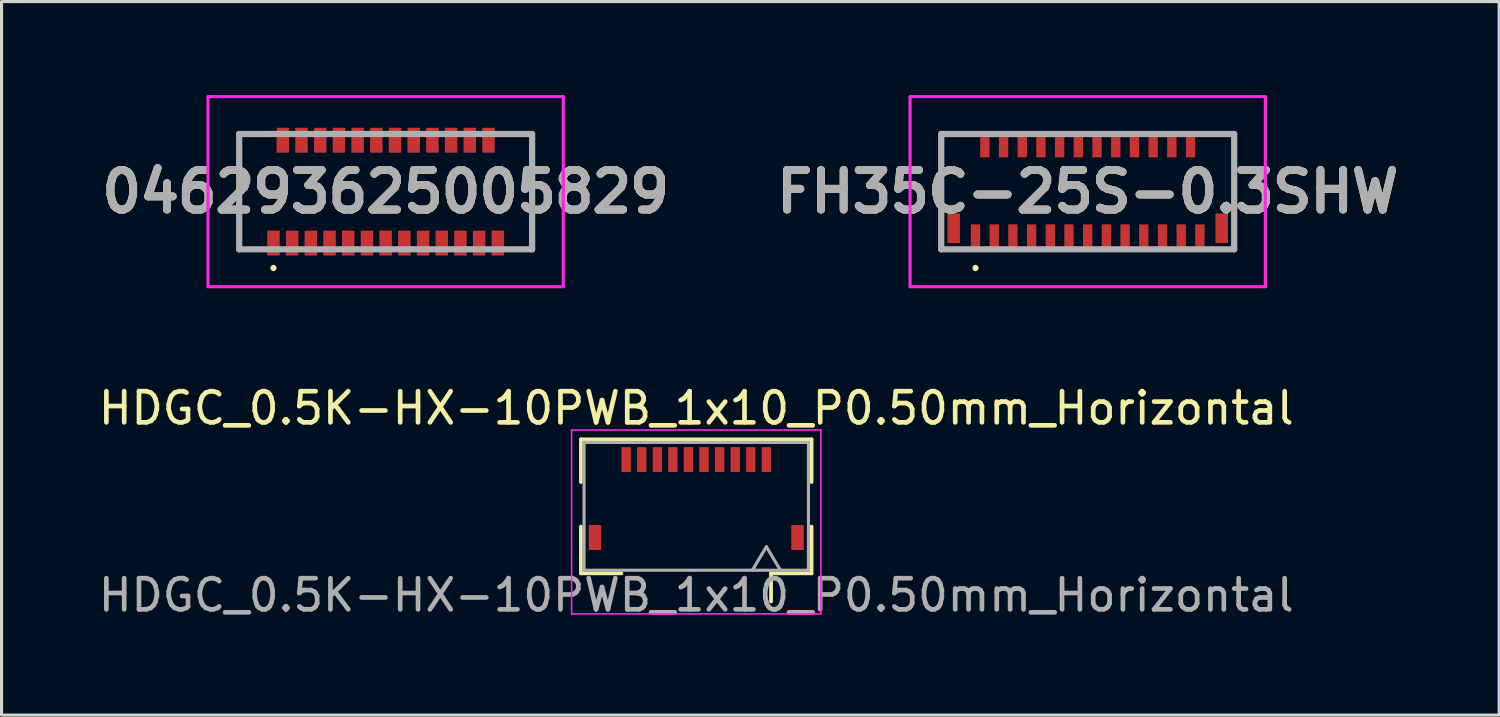
<source format=kicad_pcb>
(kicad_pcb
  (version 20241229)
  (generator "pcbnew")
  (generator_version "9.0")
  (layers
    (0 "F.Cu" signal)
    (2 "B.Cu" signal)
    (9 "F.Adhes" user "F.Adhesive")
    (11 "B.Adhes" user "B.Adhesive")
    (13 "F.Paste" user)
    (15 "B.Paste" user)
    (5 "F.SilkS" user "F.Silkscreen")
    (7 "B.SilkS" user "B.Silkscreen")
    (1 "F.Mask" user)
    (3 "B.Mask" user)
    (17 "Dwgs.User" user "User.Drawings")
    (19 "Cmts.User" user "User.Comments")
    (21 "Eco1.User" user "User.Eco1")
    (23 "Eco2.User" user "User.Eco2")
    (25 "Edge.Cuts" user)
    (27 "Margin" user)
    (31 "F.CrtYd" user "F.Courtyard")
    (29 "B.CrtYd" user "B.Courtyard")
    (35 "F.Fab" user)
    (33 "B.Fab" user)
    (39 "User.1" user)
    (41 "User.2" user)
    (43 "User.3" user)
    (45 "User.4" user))
  (footprint "FH35C-25S-0.3SHW"
    (layer "F.Cu")
    (at 31.853 3.1)
    (property "Reference" "FH35C-25S-0.3SHW" (at 0 0 0) (layer "F.SilkS") (effects (font (size 1.27 1.27) (thickness 0.254))))
    (attr smd)
    (fp_line (start -4.7 -1.85) (end -4.5 -1.85) (stroke (width 0.1) (type solid)) (layer "F.SilkS"))
    (fp_line (start -4.7 1.85) (end -4.7 -1.85) (stroke (width 0.1) (type solid)) (layer "F.SilkS"))
    (fp_line (start -4.5 1.85) (end -4.7 1.85) (stroke (width 0.1) (type solid)) (layer "F.SilkS"))
    (fp_line (start -3.6 2.4) (end -3.6 2.4) (stroke (width 0.1) (type solid)) (layer "F.SilkS"))
    (fp_line (start -3.6 2.5) (end -3.6 2.5) (stroke (width 0.1) (type solid)) (layer "F.SilkS"))
    (fp_line (start 4.5 -1.85) (end 4.7 -1.85) (stroke (width 0.1) (type solid)) (layer "F.SilkS"))
    (fp_line (start 4.7 -1.85) (end 4.7 1.85) (stroke (width 0.1) (type solid)) (layer "F.SilkS"))
    (fp_line (start 4.7 1.85) (end 4.5 1.85) (stroke (width 0.1) (type solid)) (layer "F.SilkS"))
    (fp_arc (start -3.6 2.4) (mid -3.55 2.45) (end -3.6 2.5) (stroke (width 0.1) (type solid)) (layer "F.SilkS"))
    (fp_arc (start -3.6 2.5) (mid -3.65 2.45) (end -3.6 2.4) (stroke (width 0.1) (type solid)) (layer "F.SilkS"))
    (fp_line (start -5.7 -3.05) (end 5.7 -3.05) (stroke (width 0.1) (type solid)) (layer "F.CrtYd"))
    (fp_line (start -5.7 3.05) (end -5.7 -3.05) (stroke (width 0.1) (type solid)) (layer "F.CrtYd"))
    (fp_line (start 5.7 -3.05) (end 5.7 3.05) (stroke (width 0.1) (type solid)) (layer "F.CrtYd"))
    (fp_line (start 5.7 3.05) (end -5.7 3.05) (stroke (width 0.1) (type solid)) (layer "F.CrtYd"))
    (fp_line (start -4.7 -1.85) (end 4.7 -1.85) (stroke (width 0.2) (type solid)) (layer "F.Fab"))
    (fp_line (start -4.7 1.85) (end -4.7 -1.85) (stroke (width 0.2) (type solid)) (layer "F.Fab"))
    (fp_line (start 4.7 -1.85) (end 4.7 1.85) (stroke (width 0.2) (type solid)) (layer "F.Fab"))
    (fp_line (start 4.7 1.85) (end -4.7 1.85) (stroke (width 0.2) (type solid)) (layer "F.Fab"))
    (fp_text user "${REFERENCE}" (at 0 0 0) (layer "F.Fab") (effects (font (size 1.27 1.27) (thickness 0.254))))
    (pad "1" smd rect (at -3.6 1.45) (size 0.3 0.8) (layers "F.Cu" "F.Mask" "F.Paste"))
    (pad "2" smd rect (at -3.3 -1.425) (size 0.3 0.65) (layers "F.Cu" "F.Mask" "F.Paste"))
    (pad "3" smd rect (at -3 1.45) (size 0.3 0.8) (layers "F.Cu" "F.Mask" "F.Paste"))
    (pad "4" smd rect (at -2.7 -1.425) (size 0.3 0.65) (layers "F.Cu" "F.Mask" "F.Paste"))
    (pad "5" smd rect (at -2.4 1.45) (size 0.3 0.8) (layers "F.Cu" "F.Mask" "F.Paste"))
    (pad "6" smd rect (at -2.1 -1.425) (size 0.3 0.65) (layers "F.Cu" "F.Mask" "F.Paste"))
    (pad "7" smd rect (at -1.8 1.45) (size 0.3 0.8) (layers "F.Cu" "F.Mask" "F.Paste"))
    (pad "8" smd rect (at -1.5 -1.425) (size 0.3 0.65) (layers "F.Cu" "F.Mask" "F.Paste"))
    (pad "9" smd rect (at -1.2 1.45) (size 0.3 0.8) (layers "F.Cu" "F.Mask" "F.Paste"))
    (pad "10" smd rect (at -0.9 -1.425) (size 0.3 0.65) (layers "F.Cu" "F.Mask" "F.Paste"))
    (pad "11" smd rect (at -0.6 1.45) (size 0.3 0.8) (layers "F.Cu" "F.Mask" "F.Paste"))
    (pad "12" smd rect (at -0.3 -1.425) (size 0.3 0.65) (layers "F.Cu" "F.Mask" "F.Paste"))
    (pad "13" smd rect (at 0 1.45) (size 0.3 0.8) (layers "F.Cu" "F.Mask" "F.Paste"))
    (pad "14" smd rect (at 0.3 -1.425) (size 0.3 0.65) (layers "F.Cu" "F.Mask" "F.Paste"))
    (pad "15" smd rect (at 0.6 1.45) (size 0.3 0.8) (layers "F.Cu" "F.Mask" "F.Paste"))
    (pad "16" smd rect (at 0.9 -1.425) (size 0.3 0.65) (layers "F.Cu" "F.Mask" "F.Paste"))
    (pad "17" smd rect (at 1.2 1.45) (size 0.3 0.8) (layers "F.Cu" "F.Mask" "F.Paste"))
    (pad "18" smd rect (at 1.5 -1.425) (size 0.3 0.65) (layers "F.Cu" "F.Mask" "F.Paste"))
    (pad "19" smd rect (at 1.8 1.45) (size 0.3 0.8) (layers "F.Cu" "F.Mask" "F.Paste"))
    (pad "20" smd rect (at 2.1 -1.425) (size 0.3 0.65) (layers "F.Cu" "F.Mask" "F.Paste"))
    (pad "21" smd rect (at 2.4 1.45) (size 0.3 0.8) (layers "F.Cu" "F.Mask" "F.Paste"))
    (pad "22" smd rect (at 2.7 -1.425) (size 0.3 0.65) (layers "F.Cu" "F.Mask" "F.Paste"))
    (pad "23" smd rect (at 3 1.45) (size 0.3 0.8) (layers "F.Cu" "F.Mask" "F.Paste"))
    (pad "24" smd rect (at 3.3 -1.425) (size 0.3 0.65) (layers "F.Cu" "F.Mask" "F.Paste"))
    (pad "25" smd rect (at 3.6 1.45) (size 0.3 0.8) (layers "F.Cu" "F.Mask" "F.Paste"))
    (pad "26" smd rect (at 4.3 1.175) (size 0.4 0.95) (layers "F.Cu" "F.Mask" "F.Paste"))
    (pad "27" smd rect (at -4.3 1.175) (size 0.4 0.95) (layers "F.Cu" "F.Mask" "F.Paste")))
  (footprint "046293625005829"
    (layer "F.Cu")
    (at 9.325 3.1)
    (property "Reference" "046293625005829" (at 0 0 0) (layer "F.SilkS") (effects (font (size 1.27 1.27) (thickness 0.254))))
    (attr smd)
    (fp_line (start -4.7 -1.85) (end -4.5 -1.85) (stroke (width 0.1) (type solid)) (layer "F.SilkS"))
    (fp_line (start -4.7 1.85) (end -4.7 -1.85) (stroke (width 0.1) (type solid)) (layer "F.SilkS"))
    (fp_line (start -4.5 1.85) (end -4.7 1.85) (stroke (width 0.1) (type solid)) (layer "F.SilkS"))
    (fp_line (start -3.6 2.4) (end -3.6 2.4) (stroke (width 0.1) (type solid)) (layer "F.SilkS"))
    (fp_line (start -3.6 2.5) (end -3.6 2.5) (stroke (width 0.1) (type solid)) (layer "F.SilkS"))
    (fp_line (start 4.5 -1.85) (end 4.7 -1.85) (stroke (width 0.1) (type solid)) (layer "F.SilkS"))
    (fp_line (start 4.7 -1.85) (end 4.7 1.85) (stroke (width 0.1) (type solid)) (layer "F.SilkS"))
    (fp_line (start 4.7 1.85) (end 4.5 1.85) (stroke (width 0.1) (type solid)) (layer "F.SilkS"))
    (fp_arc (start -3.6 2.4) (mid -3.55 2.45) (end -3.6 2.5) (stroke (width 0.1) (type solid)) (layer "F.SilkS"))
    (fp_arc (start -3.6 2.5) (mid -3.65 2.45) (end -3.6 2.4) (stroke (width 0.1) (type solid)) (layer "F.SilkS"))
    (fp_line (start -5.7 -3.05) (end 5.7 -3.05) (stroke (width 0.1) (type solid)) (layer "F.CrtYd"))
    (fp_line (start -5.7 3.05) (end -5.7 -3.05) (stroke (width 0.1) (type solid)) (layer "F.CrtYd"))
    (fp_line (start 5.7 -3.05) (end 5.7 3.05) (stroke (width 0.1) (type solid)) (layer "F.CrtYd"))
    (fp_line (start 5.7 3.05) (end -5.7 3.05) (stroke (width 0.1) (type solid)) (layer "F.CrtYd"))
    (fp_line (start -4.7 -1.85) (end 4.7 -1.85) (stroke (width 0.2) (type solid)) (layer "F.Fab"))
    (fp_line (start -4.7 1.85) (end -4.7 -1.85) (stroke (width 0.2) (type solid)) (layer "F.Fab"))
    (fp_line (start 4.7 -1.85) (end 4.7 1.85) (stroke (width 0.2) (type solid)) (layer "F.Fab"))
    (fp_line (start 4.7 1.85) (end -4.7 1.85) (stroke (width 0.2) (type solid)) (layer "F.Fab"))
    (fp_text user "${REFERENCE}" (at 0 0 0) (layer "F.Fab") (effects (font (size 1.27 1.27) (thickness 0.254))))
    (pad "1" smd rect (at -3.6 1.65) (size 0.4 0.8) (layers "F.Cu" "F.Mask" "F.Paste"))
    (pad "2" smd rect (at -3.3 -1.65) (size 0.4 0.8) (layers "F.Cu" "F.Mask" "F.Paste"))
    (pad "3" smd rect (at -3 1.65) (size 0.4 0.8) (layers "F.Cu" "F.Mask" "F.Paste"))
    (pad "4" smd rect (at -2.7 -1.65) (size 0.4 0.8) (layers "F.Cu" "F.Mask" "F.Paste"))
    (pad "5" smd rect (at -2.4 1.65) (size 0.4 0.8) (layers "F.Cu" "F.Mask" "F.Paste"))
    (pad "6" smd rect (at -2.1 -1.65) (size 0.4 0.8) (layers "F.Cu" "F.Mask" "F.Paste"))
    (pad "7" smd rect (at -1.8 1.65) (size 0.4 0.8) (layers "F.Cu" "F.Mask" "F.Paste"))
    (pad "8" smd rect (at -1.5 -1.65) (size 0.4 0.8) (layers "F.Cu" "F.Mask" "F.Paste"))
    (pad "9" smd rect (at -1.2 1.65) (size 0.4 0.8) (layers "F.Cu" "F.Mask" "F.Paste"))
    (pad "10" smd rect (at -0.9 -1.65) (size 0.4 0.8) (layers "F.Cu" "F.Mask" "F.Paste"))
    (pad "11" smd rect (at -0.6 1.65) (size 0.4 0.8) (layers "F.Cu" "F.Mask" "F.Paste"))
    (pad "12" smd rect (at -0.3 -1.65) (size 0.4 0.8) (layers "F.Cu" "F.Mask" "F.Paste"))
    (pad "13" smd rect (at 0 1.65) (size 0.4 0.8) (layers "F.Cu" "F.Mask" "F.Paste"))
    (pad "14" smd rect (at 0.3 -1.65) (size 0.4 0.8) (layers "F.Cu" "F.Mask" "F.Paste"))
    (pad "15" smd rect (at 0.6 1.65) (size 0.4 0.8) (layers "F.Cu" "F.Mask" "F.Paste"))
    (pad "16" smd rect (at 0.9 -1.65) (size 0.4 0.8) (layers "F.Cu" "F.Mask" "F.Paste"))
    (pad "17" smd rect (at 1.2 1.65) (size 0.4 0.8) (layers "F.Cu" "F.Mask" "F.Paste"))
    (pad "18" smd rect (at 1.5 -1.65) (size 0.4 0.8) (layers "F.Cu" "F.Mask" "F.Paste"))
    (pad "19" smd rect (at 1.8 1.65) (size 0.4 0.8) (layers "F.Cu" "F.Mask" "F.Paste"))
    (pad "20" smd rect (at 2.1 -1.65) (size 0.4 0.8) (layers "F.Cu" "F.Mask" "F.Paste"))
    (pad "21" smd rect (at 2.4 1.65) (size 0.4 0.8) (layers "F.Cu" "F.Mask" "F.Paste"))
    (pad "22" smd rect (at 2.7 -1.65) (size 0.4 0.8) (layers "F.Cu" "F.Mask" "F.Paste"))
    (pad "23" smd rect (at 3 1.65) (size 0.4 0.8) (layers "F.Cu" "F.Mask" "F.Paste"))
    (pad "24" smd rect (at 3.3 -1.65) (size 0.4 0.8) (layers "F.Cu" "F.Mask" "F.Paste"))
    (pad "25" smd rect (at 3.6 1.65) (size 0.4 0.8) (layers "F.Cu" "F.Mask" "F.Paste")))
  (footprint "HDGC_0.5K-HX-10PWB_1x10_P0.50mm_Horizontal"
    (layer "F.Cu")
    (at 19.292 12.948)
    (property "Reference" "HDGC_0.5K-HX-10PWB_1x10_P0.50mm_Horizontal" (at 0 -2.9 0) (layer "F.SilkS") (effects (font (size 1 1) (thickness 0.15))))
    (attr smd)
    (fp_line (start -3.7 -1.9) (end -3.7 -0.53) (stroke (width 0.12) (type solid)) (layer "F.SilkS"))
    (fp_line (start -3.7 -1.9) (end 3.7 -1.9) (stroke (width 0.12) (type solid)) (layer "F.SilkS"))
    (fp_line (start -3.7 0.9) (end -3.7 2.4) (stroke (width 0.12) (type solid)) (layer "F.SilkS"))
    (fp_line (start -2.4 2.4) (end -3.7 2.4) (stroke (width 0.12) (type solid)) (layer "F.SilkS"))
    (fp_line (start 2.4 2.4) (end 3.7 2.4) (stroke (width 0.12) (type solid)) (layer "F.SilkS"))
    (fp_line (start 2.4 3.3) (end 2.4 2.4) (stroke (width 0.12) (type solid)) (layer "F.SilkS"))
    (fp_line (start 3.7 -1.9) (end 3.7 -0.53) (stroke (width 0.12) (type solid)) (layer "F.SilkS"))
    (fp_line (start 3.7 0.9) (end 3.7 2.4) (stroke (width 0.12) (type solid)) (layer "F.SilkS"))
    (fp_line (start -4 -2.2) (end -4 3.7) (stroke (width 0.05) (type solid)) (layer "F.CrtYd"))
    (fp_line (start -4 3.7) (end 4 3.7) (stroke (width 0.05) (type solid)) (layer "F.CrtYd"))
    (fp_line (start 4 -2.2) (end -4 -2.2) (stroke (width 0.05) (type solid)) (layer "F.CrtYd"))
    (fp_line (start 4 3.7) (end 4 -2.2) (stroke (width 0.05) (type solid)) (layer "F.CrtYd"))
    (fp_line (start -3.6 -1.8) (end -3.6 2.3) (stroke (width 0.1) (type solid)) (layer "F.Fab"))
    (fp_line (start -3.6 -1.8) (end 3.6 -1.8) (stroke (width 0.1) (type solid)) (layer "F.Fab"))
    (fp_line (start 2.25 1.546) (end 1.8 2.3) (stroke (width 0.1) (type solid)) (layer "F.Fab"))
    (fp_line (start 2.7 2.3) (end 2.25 1.546) (stroke (width 0.1) (type solid)) (layer "F.Fab"))
    (fp_line (start 3.6 -1.8) (end 3.6 2.3) (stroke (width 0.1) (type solid)) (layer "F.Fab"))
    (fp_line (start 3.6 2.3) (end -3.6 2.3) (stroke (width 0.1) (type solid)) (layer "F.Fab"))
    (fp_text user "${REFERENCE}" (at 0 3.1 0) (layer "F.Fab") (effects (font (size 1 1) (thickness 0.15))))
    (pad "1" smd rect (at 2.25 -1.25) (size 0.3 0.8) (layers "F.Cu" "F.Mask" "F.Paste"))
    (pad "2" smd rect (at 1.75 -1.25) (size 0.3 0.8) (layers "F.Cu" "F.Mask" "F.Paste"))
    (pad "3" smd rect (at 1.25 -1.25) (size 0.3 0.8) (layers "F.Cu" "F.Mask" "F.Paste"))
    (pad "4" smd rect (at 0.75 -1.25) (size 0.3 0.8) (layers "F.Cu" "F.Mask" "F.Paste"))
    (pad "5" smd rect (at 0.25 -1.25) (size 0.3 0.8) (layers "F.Cu" "F.Mask" "F.Paste"))
    (pad "6" smd rect (at -0.25 -1.25) (size 0.3 0.8) (layers "F.Cu" "F.Mask" "F.Paste"))
    (pad "7" smd rect (at -0.75 -1.25) (size 0.3 0.8) (layers "F.Cu" "F.Mask" "F.Paste"))
    (pad "8" smd rect (at -1.25 -1.25) (size 0.3 0.8) (layers "F.Cu" "F.Mask" "F.Paste"))
    (pad "9" smd rect (at -1.75 -1.25) (size 0.3 0.8) (layers "F.Cu" "F.Mask" "F.Paste"))
    (pad "10" smd rect (at -2.25 -1.25) (size 0.3 0.8) (layers "F.Cu" "F.Mask" "F.Paste"))
    (pad "11" smd rect (at -3.25 1.25) (size 0.4 0.8) (layers "F.Cu" "F.Mask" "F.Paste"))
    (pad "12" smd rect (at 3.25 1.25) (size 0.4 0.8) (layers "F.Cu" "F.Mask" "F.Paste")))
  (gr_rect
    (start -3 -3)
    (end 45.056 19.896)
    (stroke (width 0.1) (type default))
    (fill no)
    (layer "Edge.Cuts")))
</source>
